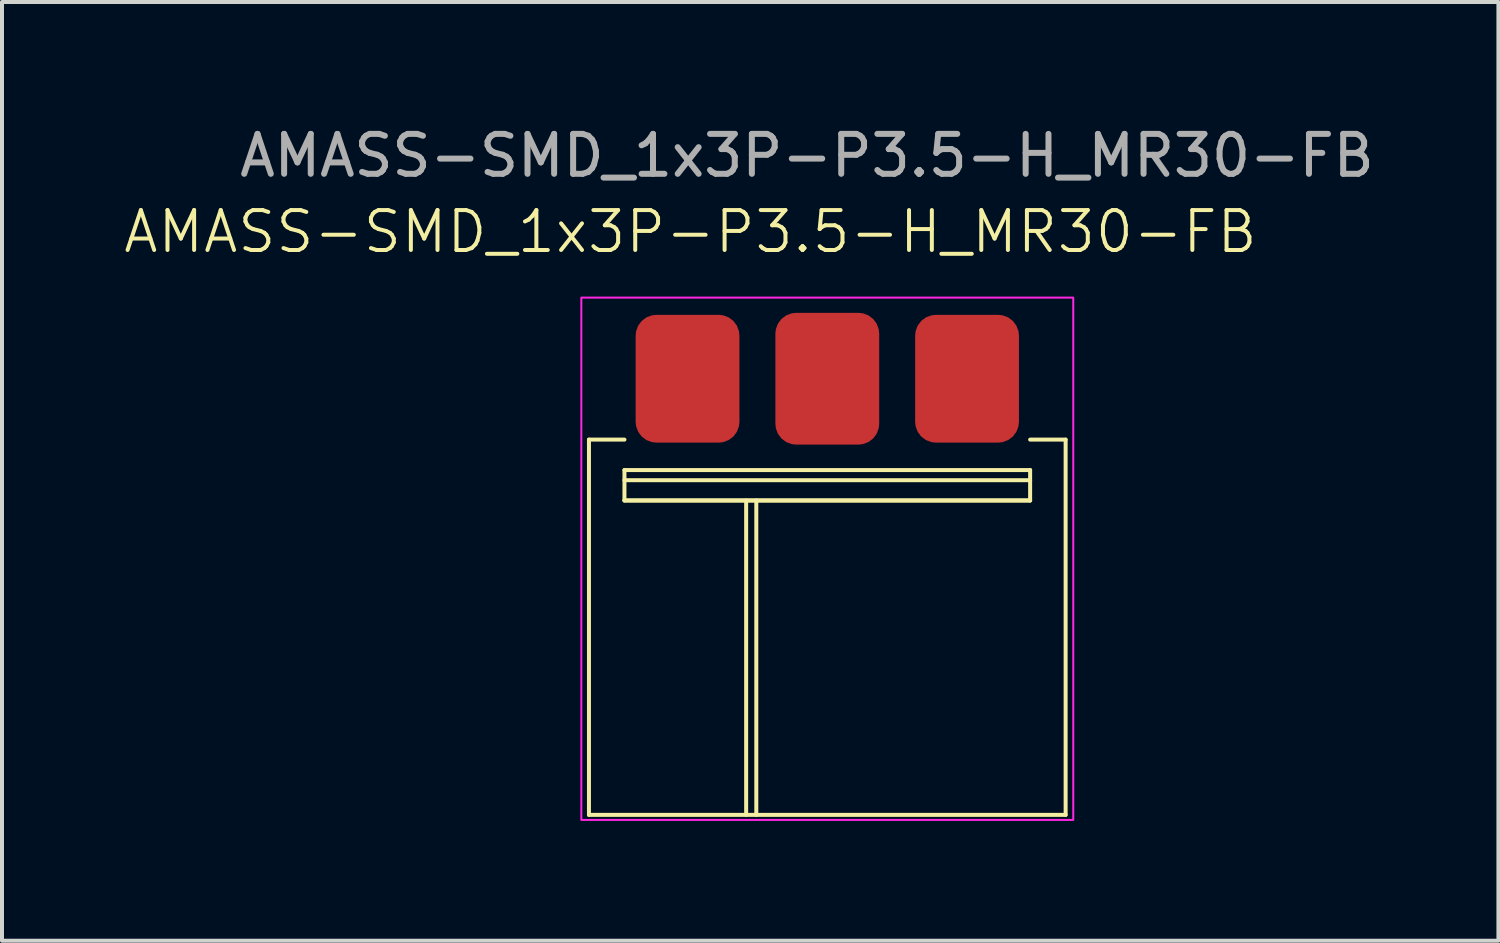
<source format=kicad_pcb>
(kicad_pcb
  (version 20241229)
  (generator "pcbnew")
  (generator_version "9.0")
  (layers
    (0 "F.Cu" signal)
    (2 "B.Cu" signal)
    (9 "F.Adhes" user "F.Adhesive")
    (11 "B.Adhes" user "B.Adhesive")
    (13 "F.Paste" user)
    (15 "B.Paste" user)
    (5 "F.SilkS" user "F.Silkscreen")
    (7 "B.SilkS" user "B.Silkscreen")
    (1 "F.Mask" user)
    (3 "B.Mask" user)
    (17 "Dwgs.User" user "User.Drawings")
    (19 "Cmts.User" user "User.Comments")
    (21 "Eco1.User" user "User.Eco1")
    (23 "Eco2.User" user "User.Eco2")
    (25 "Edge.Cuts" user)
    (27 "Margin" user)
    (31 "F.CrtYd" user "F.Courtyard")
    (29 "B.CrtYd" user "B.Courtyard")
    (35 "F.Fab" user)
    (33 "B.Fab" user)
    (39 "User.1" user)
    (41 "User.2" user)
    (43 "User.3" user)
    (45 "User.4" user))
  (footprint "AMASS-SMD_1x3P-P3.5-H_MR30-FB"
    (layer "F.Cu")
    (at 17.669 11.135)
    (property "Reference" "AMASS-SMD_1x3P-P3.5-H_MR30-FB" (at -3.429 -8.382 0) (unlocked yes) (layer "F.SilkS") (effects (font (size 1 1) (thickness 0.1))))
    (attr smd)
    (fp_line (start -5.969 -3.175) (end -5.969 6.223) (stroke (width 0.1) (type default)) (layer "F.SilkS"))
    (fp_line (start -5.969 6.223) (end 5.969 6.223) (stroke (width 0.1) (type default)) (layer "F.SilkS"))
    (fp_line (start -5.08 -3.175) (end -5.969 -3.175) (stroke (width 0.1) (type default)) (layer "F.SilkS"))
    (fp_line (start -5.08 -2.413) (end -5.08 -1.651) (stroke (width 0.1) (type default)) (layer "F.SilkS"))
    (fp_line (start -5.08 -2.413) (end 5.08 -2.413) (stroke (width 0.1) (type default)) (layer "F.SilkS"))
    (fp_line (start -5.08 -1.651) (end 5.08 -1.651) (stroke (width 0.1) (type default)) (layer "F.SilkS"))
    (fp_line (start -5.08 -1.651) (end 5.08 -1.651) (stroke (width 0.1) (type default)) (layer "F.SilkS"))
    (fp_line (start -2.032 -1.651) (end -2.032 6.223) (stroke (width 0.1) (type default)) (layer "F.SilkS"))
    (fp_line (start -1.778 6.223) (end -1.778 -1.651) (stroke (width 0.1) (type default)) (layer "F.SilkS"))
    (fp_line (start 5.08 -2.159) (end -5.08 -2.159) (stroke (width 0.1) (type default)) (layer "F.SilkS"))
    (fp_line (start 5.08 -1.651) (end 5.08 -2.413) (stroke (width 0.1) (type default)) (layer "F.SilkS"))
    (fp_line (start 5.969 -3.175) (end 5.08 -3.175) (stroke (width 0.1) (type default)) (layer "F.SilkS"))
    (fp_line (start 5.969 6.223) (end 5.969 -3.175) (stroke (width 0.1) (type default)) (layer "F.SilkS"))
    (fp_rect (start -6.16 -6.731) (end 6.16 6.35) (stroke (width 0.05) (type default)) (fill no) (layer "F.CrtYd"))
    (fp_text user "${REFERENCE}" (at -0.508 -10.287 0) (unlocked yes) (layer "F.Fab") (effects (font (size 1 1) (thickness 0.15))))
    (pad "1" smd roundrect (at -3.5 -4.7) (size 2.6 3.2) (layers "F.Cu" "F.Mask" "F.Paste") (roundrect_rratio 0.2))
    (pad "2" smd roundrect (at 0 -4.7) (size 2.6 3.3) (layers "F.Cu" "F.Mask" "F.Paste") (roundrect_rratio 0.2))
    (pad "3" smd roundrect (at 3.5 -4.7) (size 2.6 3.2) (layers "F.Cu" "F.Mask" "F.Paste") (roundrect_rratio 0.2)))
  (gr_rect
    (start -3 -3)
    (end 34.477 20.51)
    (stroke (width 0.1) (type default))
    (fill no)
    (layer "Edge.Cuts")))
</source>
